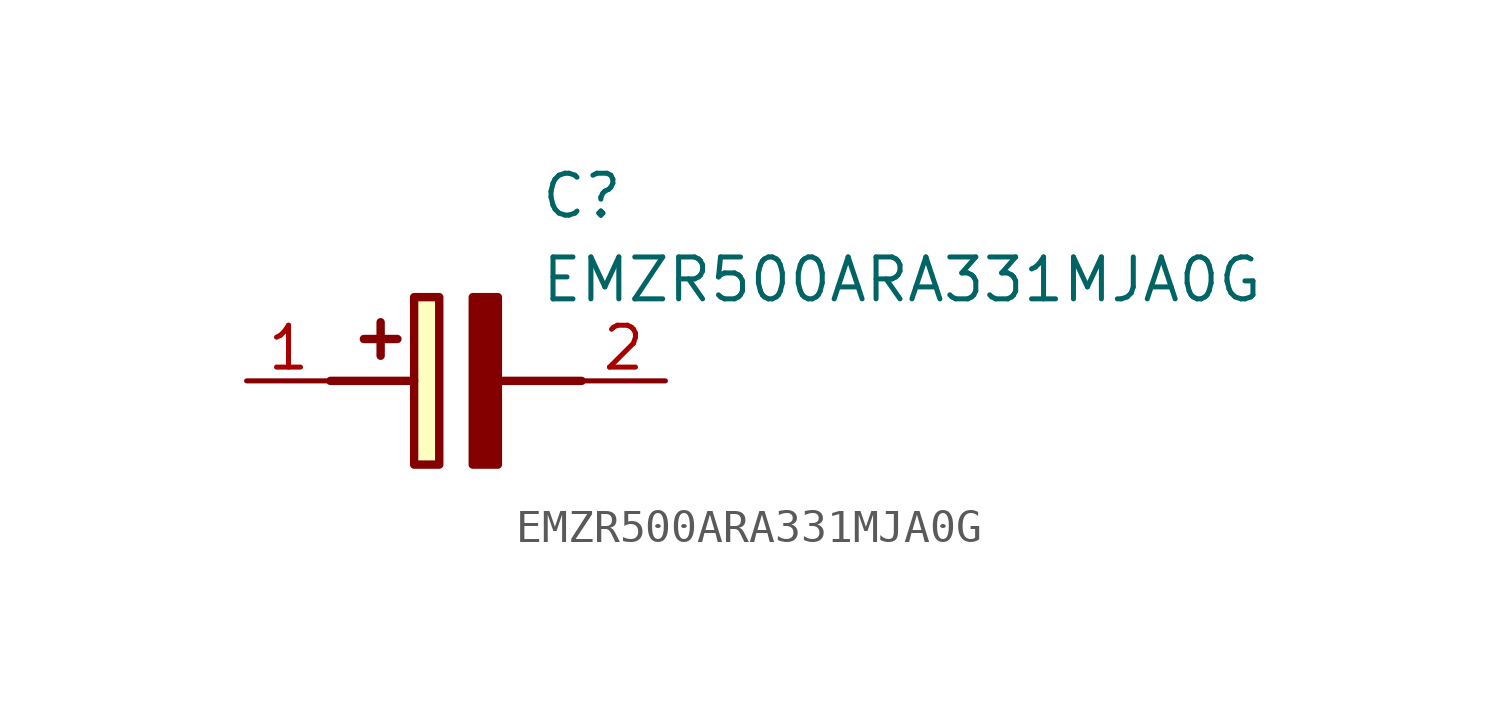
<source format=kicad_sym>
(kicad_symbol_lib
  (version 20211014)
  (generator SamacSys_ECAD_Model)
  (symbol "EMZR500ARA331MJA0G"
    (pin_names hide)
    (property "Reference" "C"
      (at 8.89 6.35 0)
      (effects (font (size 1.27 1.27)) (justify left top)))
    (property "Value" "EMZR500ARA331MJA0G"
      (at 8.89 3.81 0)
      (effects (font (size 1.27 1.27)) (justify left top)))
    (rectangle
      (start 5.08 2.54)
      (end 5.842 -2.54)
      (stroke (width 0.254) (type default))
      (fill (type background)))
    (polyline
      (pts (xy 4.572 1.27) (xy 3.556 1.27))
      (stroke (width 0.254) (type default))
      (fill (type none)))
    (polyline
      (pts (xy 4.064 1.778) (xy 4.064 0.762))
      (stroke (width 0.254) (type default))
      (fill (type none)))
    (polyline
      (pts (xy 2.54 0) (xy 5.08 0))
      (stroke (width 0.254) (type default))
      (fill (type none)))
    (polyline
      (pts (xy 7.62 0) (xy 10.16 0))
      (stroke (width 0.254) (type default))
      (fill (type none)))
    (polyline
      (pts (xy 7.62 2.54) (xy 7.62 -2.54) (xy 6.858 -2.54) (xy 6.858 2.54) (xy 7.62 2.54))
      (stroke (width 0.254) (type default))
      (fill (type outline)))
    (pin passive line
      (at 0 0 0)
      (length 2.54)
      (name "+" (effects (font (size 1.27 1.27))))
      (number "1" (effects (font (size 1.27 1.27)))))
    (pin passive line
      (at 12.7 0 180)
      (length 2.54)
      (name "-" (effects (font (size 1.27 1.27))))
      (number "2" (effects (font (size 1.27 1.27)))))))
</source>
